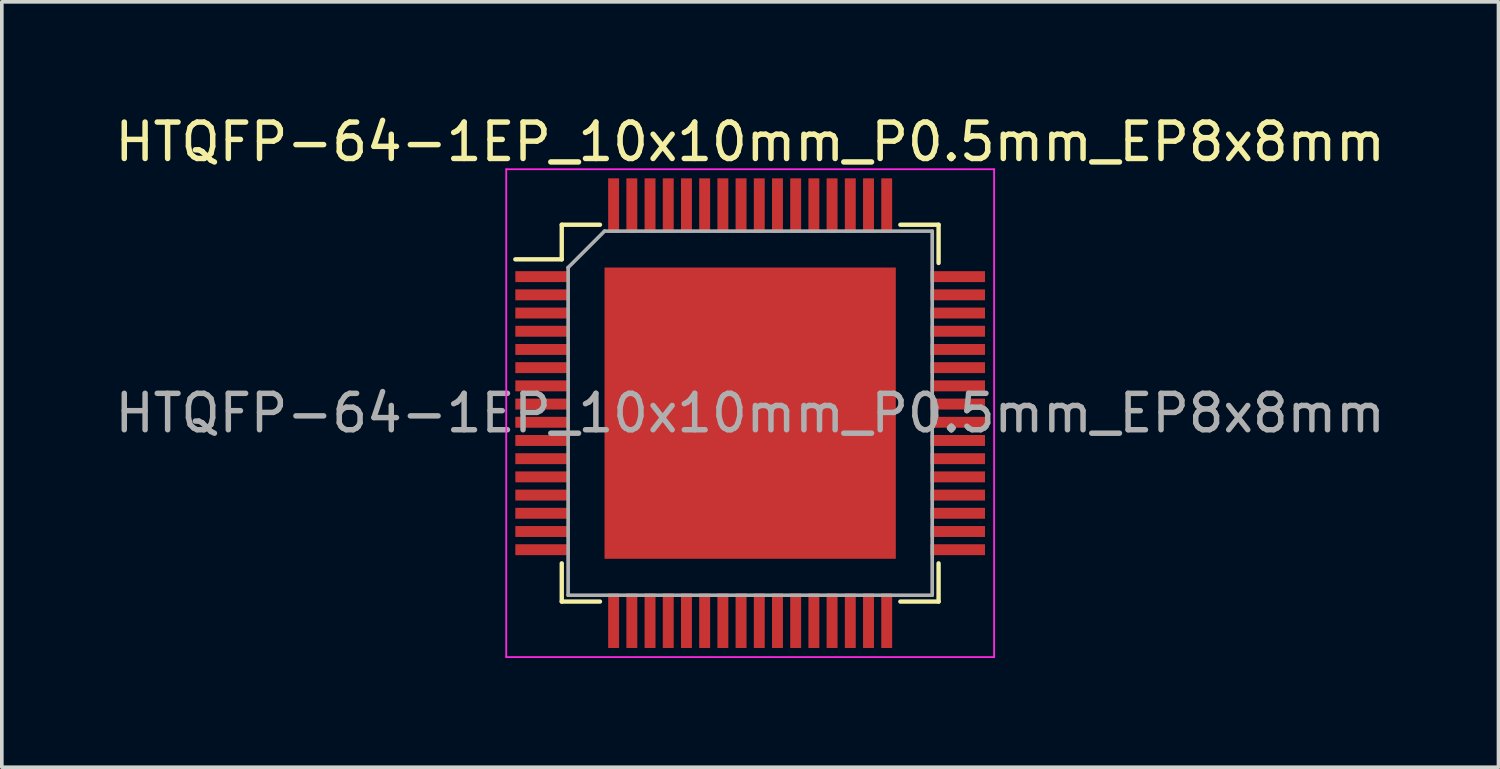
<source format=kicad_pcb>
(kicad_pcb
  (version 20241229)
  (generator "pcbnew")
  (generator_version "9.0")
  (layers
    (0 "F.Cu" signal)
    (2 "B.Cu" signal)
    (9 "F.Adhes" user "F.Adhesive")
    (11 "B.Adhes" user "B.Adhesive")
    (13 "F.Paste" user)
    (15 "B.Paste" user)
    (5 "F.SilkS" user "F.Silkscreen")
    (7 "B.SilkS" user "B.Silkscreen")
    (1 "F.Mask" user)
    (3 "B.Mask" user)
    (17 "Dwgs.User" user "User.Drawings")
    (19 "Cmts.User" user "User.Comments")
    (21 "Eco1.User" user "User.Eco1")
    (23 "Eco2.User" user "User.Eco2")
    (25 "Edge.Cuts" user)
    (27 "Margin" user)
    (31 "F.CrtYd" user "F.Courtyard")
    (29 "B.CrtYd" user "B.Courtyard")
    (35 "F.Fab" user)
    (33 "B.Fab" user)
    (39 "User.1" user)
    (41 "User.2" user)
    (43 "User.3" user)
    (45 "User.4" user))
  (footprint "HTQFP-64-1EP_10x10mm_P0.5mm_EP8x8mm"
    (layer "F.Cu")
    (at 17.554 8.298)
    (property "Reference" "HTQFP-64-1EP_10x10mm_P0.5mm_EP8x8mm" (at 0 -7.45 0) (layer "F.SilkS") (effects (font (size 1 1) (thickness 0.15))))
    (attr smd)
    (fp_line (start -5.175 -5.175) (end -5.175 -4.225) (stroke (width 0.12) (type solid)) (layer "F.SilkS"))
    (fp_line (start -5.175 -5.175) (end -4.125 -5.175) (stroke (width 0.12) (type solid)) (layer "F.SilkS"))
    (fp_line (start -5.175 -4.225) (end -6.45 -4.225) (stroke (width 0.12) (type solid)) (layer "F.SilkS"))
    (fp_line (start -5.175 5.175) (end -5.175 4.125) (stroke (width 0.12) (type solid)) (layer "F.SilkS"))
    (fp_line (start -5.175 5.175) (end -4.125 5.175) (stroke (width 0.12) (type solid)) (layer "F.SilkS"))
    (fp_line (start 5.175 -5.175) (end 4.125 -5.175) (stroke (width 0.12) (type solid)) (layer "F.SilkS"))
    (fp_line (start 5.175 -5.175) (end 5.175 -4.125) (stroke (width 0.12) (type solid)) (layer "F.SilkS"))
    (fp_line (start 5.175 5.175) (end 4.125 5.175) (stroke (width 0.12) (type solid)) (layer "F.SilkS"))
    (fp_line (start 5.175 5.175) (end 5.175 4.125) (stroke (width 0.12) (type solid)) (layer "F.SilkS"))
    (fp_line (start -6.7 -6.7) (end -6.7 6.7) (stroke (width 0.05) (type solid)) (layer "F.CrtYd"))
    (fp_line (start -6.7 -6.7) (end 6.7 -6.7) (stroke (width 0.05) (type solid)) (layer "F.CrtYd"))
    (fp_line (start -6.7 6.7) (end 6.7 6.7) (stroke (width 0.05) (type solid)) (layer "F.CrtYd"))
    (fp_line (start 6.7 -6.7) (end 6.7 6.7) (stroke (width 0.05) (type solid)) (layer "F.CrtYd"))
    (fp_line (start -5 -4) (end -4 -5) (stroke (width 0.1) (type solid)) (layer "F.Fab"))
    (fp_line (start -5 5) (end -5 -4) (stroke (width 0.1) (type solid)) (layer "F.Fab"))
    (fp_line (start -4 -5) (end 5 -5) (stroke (width 0.1) (type solid)) (layer "F.Fab"))
    (fp_line (start 5 -5) (end 5 5) (stroke (width 0.1) (type solid)) (layer "F.Fab"))
    (fp_line (start 5 5) (end -5 5) (stroke (width 0.1) (type solid)) (layer "F.Fab"))
    (fp_text user "${REFERENCE}" (at 0 0 0) (layer "F.Fab") (effects (font (size 1 1) (thickness 0.15))))
    (pad "" smd rect (at -2 -2 180) (size 3.2 3.2) (layers "F.Paste"))
    (pad "" smd rect (at -2 2 180) (size 3.2 3.2) (layers "F.Paste"))
    (pad "" smd rect (at 2 -2 180) (size 3.2 3.2) (layers "F.Paste"))
    (pad "" smd rect (at 2 2 180) (size 3.2 3.2) (layers "F.Paste"))
    (pad "1" smd rect (at -5.7 -3.75) (size 1.5 0.3) (layers "F.Cu" "F.Mask" "F.Paste"))
    (pad "2" smd rect (at -5.7 -3.25) (size 1.5 0.3) (layers "F.Cu" "F.Mask" "F.Paste"))
    (pad "3" smd rect (at -5.7 -2.75) (size 1.5 0.3) (layers "F.Cu" "F.Mask" "F.Paste"))
    (pad "4" smd rect (at -5.7 -2.25) (size 1.5 0.3) (layers "F.Cu" "F.Mask" "F.Paste"))
    (pad "5" smd rect (at -5.7 -1.75) (size 1.5 0.3) (layers "F.Cu" "F.Mask" "F.Paste"))
    (pad "6" smd rect (at -5.7 -1.25) (size 1.5 0.3) (layers "F.Cu" "F.Mask" "F.Paste"))
    (pad "7" smd rect (at -5.7 -0.75) (size 1.5 0.3) (layers "F.Cu" "F.Mask" "F.Paste"))
    (pad "8" smd rect (at -5.7 -0.25) (size 1.5 0.3) (layers "F.Cu" "F.Mask" "F.Paste"))
    (pad "9" smd rect (at -5.7 0.25) (size 1.5 0.3) (layers "F.Cu" "F.Mask" "F.Paste"))
    (pad "10" smd rect (at -5.7 0.75) (size 1.5 0.3) (layers "F.Cu" "F.Mask" "F.Paste"))
    (pad "11" smd rect (at -5.7 1.25) (size 1.5 0.3) (layers "F.Cu" "F.Mask" "F.Paste"))
    (pad "12" smd rect (at -5.7 1.75) (size 1.5 0.3) (layers "F.Cu" "F.Mask" "F.Paste"))
    (pad "13" smd rect (at -5.7 2.25) (size 1.5 0.3) (layers "F.Cu" "F.Mask" "F.Paste"))
    (pad "14" smd rect (at -5.7 2.75) (size 1.5 0.3) (layers "F.Cu" "F.Mask" "F.Paste"))
    (pad "15" smd rect (at -5.7 3.25) (size 1.5 0.3) (layers "F.Cu" "F.Mask" "F.Paste"))
    (pad "16" smd rect (at -5.7 3.75) (size 1.5 0.3) (layers "F.Cu" "F.Mask" "F.Paste"))
    (pad "17" smd rect (at -3.75 5.7 90) (size 1.5 0.3) (layers "F.Cu" "F.Mask" "F.Paste"))
    (pad "18" smd rect (at -3.25 5.7 90) (size 1.5 0.3) (layers "F.Cu" "F.Mask" "F.Paste"))
    (pad "19" smd rect (at -2.75 5.7 90) (size 1.5 0.3) (layers "F.Cu" "F.Mask" "F.Paste"))
    (pad "20" smd rect (at -2.25 5.7 90) (size 1.5 0.3) (layers "F.Cu" "F.Mask" "F.Paste"))
    (pad "21" smd rect (at -1.75 5.7 90) (size 1.5 0.3) (layers "F.Cu" "F.Mask" "F.Paste"))
    (pad "22" smd rect (at -1.25 5.7 90) (size 1.5 0.3) (layers "F.Cu" "F.Mask" "F.Paste"))
    (pad "23" smd rect (at -0.75 5.7 90) (size 1.5 0.3) (layers "F.Cu" "F.Mask" "F.Paste"))
    (pad "24" smd rect (at -0.25 5.7 90) (size 1.5 0.3) (layers "F.Cu" "F.Mask" "F.Paste"))
    (pad "25" smd rect (at 0.25 5.7 90) (size 1.5 0.3) (layers "F.Cu" "F.Mask" "F.Paste"))
    (pad "26" smd rect (at 0.75 5.7 90) (size 1.5 0.3) (layers "F.Cu" "F.Mask" "F.Paste"))
    (pad "27" smd rect (at 1.25 5.7 90) (size 1.5 0.3) (layers "F.Cu" "F.Mask" "F.Paste"))
    (pad "28" smd rect (at 1.75 5.7 90) (size 1.5 0.3) (layers "F.Cu" "F.Mask" "F.Paste"))
    (pad "29" smd rect (at 2.25 5.7 90) (size 1.5 0.3) (layers "F.Cu" "F.Mask" "F.Paste"))
    (pad "30" smd rect (at 2.75 5.7 90) (size 1.5 0.3) (layers "F.Cu" "F.Mask" "F.Paste"))
    (pad "31" smd rect (at 3.25 5.7 90) (size 1.5 0.3) (layers "F.Cu" "F.Mask" "F.Paste"))
    (pad "32" smd rect (at 3.75 5.7 90) (size 1.5 0.3) (layers "F.Cu" "F.Mask" "F.Paste"))
    (pad "33" smd rect (at 5.7 3.75) (size 1.5 0.3) (layers "F.Cu" "F.Mask" "F.Paste"))
    (pad "34" smd rect (at 5.7 3.25) (size 1.5 0.3) (layers "F.Cu" "F.Mask" "F.Paste"))
    (pad "35" smd rect (at 5.7 2.75) (size 1.5 0.3) (layers "F.Cu" "F.Mask" "F.Paste"))
    (pad "36" smd rect (at 5.7 2.25) (size 1.5 0.3) (layers "F.Cu" "F.Mask" "F.Paste"))
    (pad "37" smd rect (at 5.7 1.75) (size 1.5 0.3) (layers "F.Cu" "F.Mask" "F.Paste"))
    (pad "38" smd rect (at 5.7 1.25) (size 1.5 0.3) (layers "F.Cu" "F.Mask" "F.Paste"))
    (pad "39" smd rect (at 5.7 0.75) (size 1.5 0.3) (layers "F.Cu" "F.Mask" "F.Paste"))
    (pad "40" smd rect (at 5.7 0.25) (size 1.5 0.3) (layers "F.Cu" "F.Mask" "F.Paste"))
    (pad "41" smd rect (at 5.7 -0.25) (size 1.5 0.3) (layers "F.Cu" "F.Mask" "F.Paste"))
    (pad "42" smd rect (at 5.7 -0.75) (size 1.5 0.3) (layers "F.Cu" "F.Mask" "F.Paste"))
    (pad "43" smd rect (at 5.7 -1.25) (size 1.5 0.3) (layers "F.Cu" "F.Mask" "F.Paste"))
    (pad "44" smd rect (at 5.7 -1.75) (size 1.5 0.3) (layers "F.Cu" "F.Mask" "F.Paste"))
    (pad "45" smd rect (at 5.7 -2.25) (size 1.5 0.3) (layers "F.Cu" "F.Mask" "F.Paste"))
    (pad "46" smd rect (at 5.7 -2.75) (size 1.5 0.3) (layers "F.Cu" "F.Mask" "F.Paste"))
    (pad "47" smd rect (at 5.7 -3.25) (size 1.5 0.3) (layers "F.Cu" "F.Mask" "F.Paste"))
    (pad "48" smd rect (at 5.7 -3.75) (size 1.5 0.3) (layers "F.Cu" "F.Mask" "F.Paste"))
    (pad "49" smd rect (at 3.75 -5.7 90) (size 1.5 0.3) (layers "F.Cu" "F.Mask" "F.Paste"))
    (pad "50" smd rect (at 3.25 -5.7 90) (size 1.5 0.3) (layers "F.Cu" "F.Mask" "F.Paste"))
    (pad "51" smd rect (at 2.75 -5.7 90) (size 1.5 0.3) (layers "F.Cu" "F.Mask" "F.Paste"))
    (pad "52" smd rect (at 2.25 -5.7 90) (size 1.5 0.3) (layers "F.Cu" "F.Mask" "F.Paste"))
    (pad "53" smd rect (at 1.75 -5.7 90) (size 1.5 0.3) (layers "F.Cu" "F.Mask" "F.Paste"))
    (pad "54" smd rect (at 1.25 -5.7 90) (size 1.5 0.3) (layers "F.Cu" "F.Mask" "F.Paste"))
    (pad "55" smd rect (at 0.75 -5.7 90) (size 1.5 0.3) (layers "F.Cu" "F.Mask" "F.Paste"))
    (pad "56" smd rect (at 0.25 -5.7 90) (size 1.5 0.3) (layers "F.Cu" "F.Mask" "F.Paste"))
    (pad "57" smd rect (at -0.25 -5.7 90) (size 1.5 0.3) (layers "F.Cu" "F.Mask" "F.Paste"))
    (pad "58" smd rect (at -0.75 -5.7 90) (size 1.5 0.3) (layers "F.Cu" "F.Mask" "F.Paste"))
    (pad "59" smd rect (at -1.25 -5.7 90) (size 1.5 0.3) (layers "F.Cu" "F.Mask" "F.Paste"))
    (pad "60" smd rect (at -1.75 -5.7 90) (size 1.5 0.3) (layers "F.Cu" "F.Mask" "F.Paste"))
    (pad "61" smd rect (at -2.25 -5.7 90) (size 1.5 0.3) (layers "F.Cu" "F.Mask" "F.Paste"))
    (pad "62" smd rect (at -2.75 -5.7 90) (size 1.5 0.3) (layers "F.Cu" "F.Mask" "F.Paste"))
    (pad "63" smd rect (at -3.25 -5.7 90) (size 1.5 0.3) (layers "F.Cu" "F.Mask" "F.Paste"))
    (pad "64" smd rect (at -3.75 -5.7 90) (size 1.5 0.3) (layers "F.Cu" "F.Mask" "F.Paste"))
    (pad "65" smd rect (at 0 0 180) (size 8 8) (layers "F.Cu" "F.Mask")))
  (gr_rect
    (start -3 -3)
    (end 38.107 18.023)
    (stroke (width 0.1) (type default))
    (fill no)
    (layer "Edge.Cuts")))
</source>
